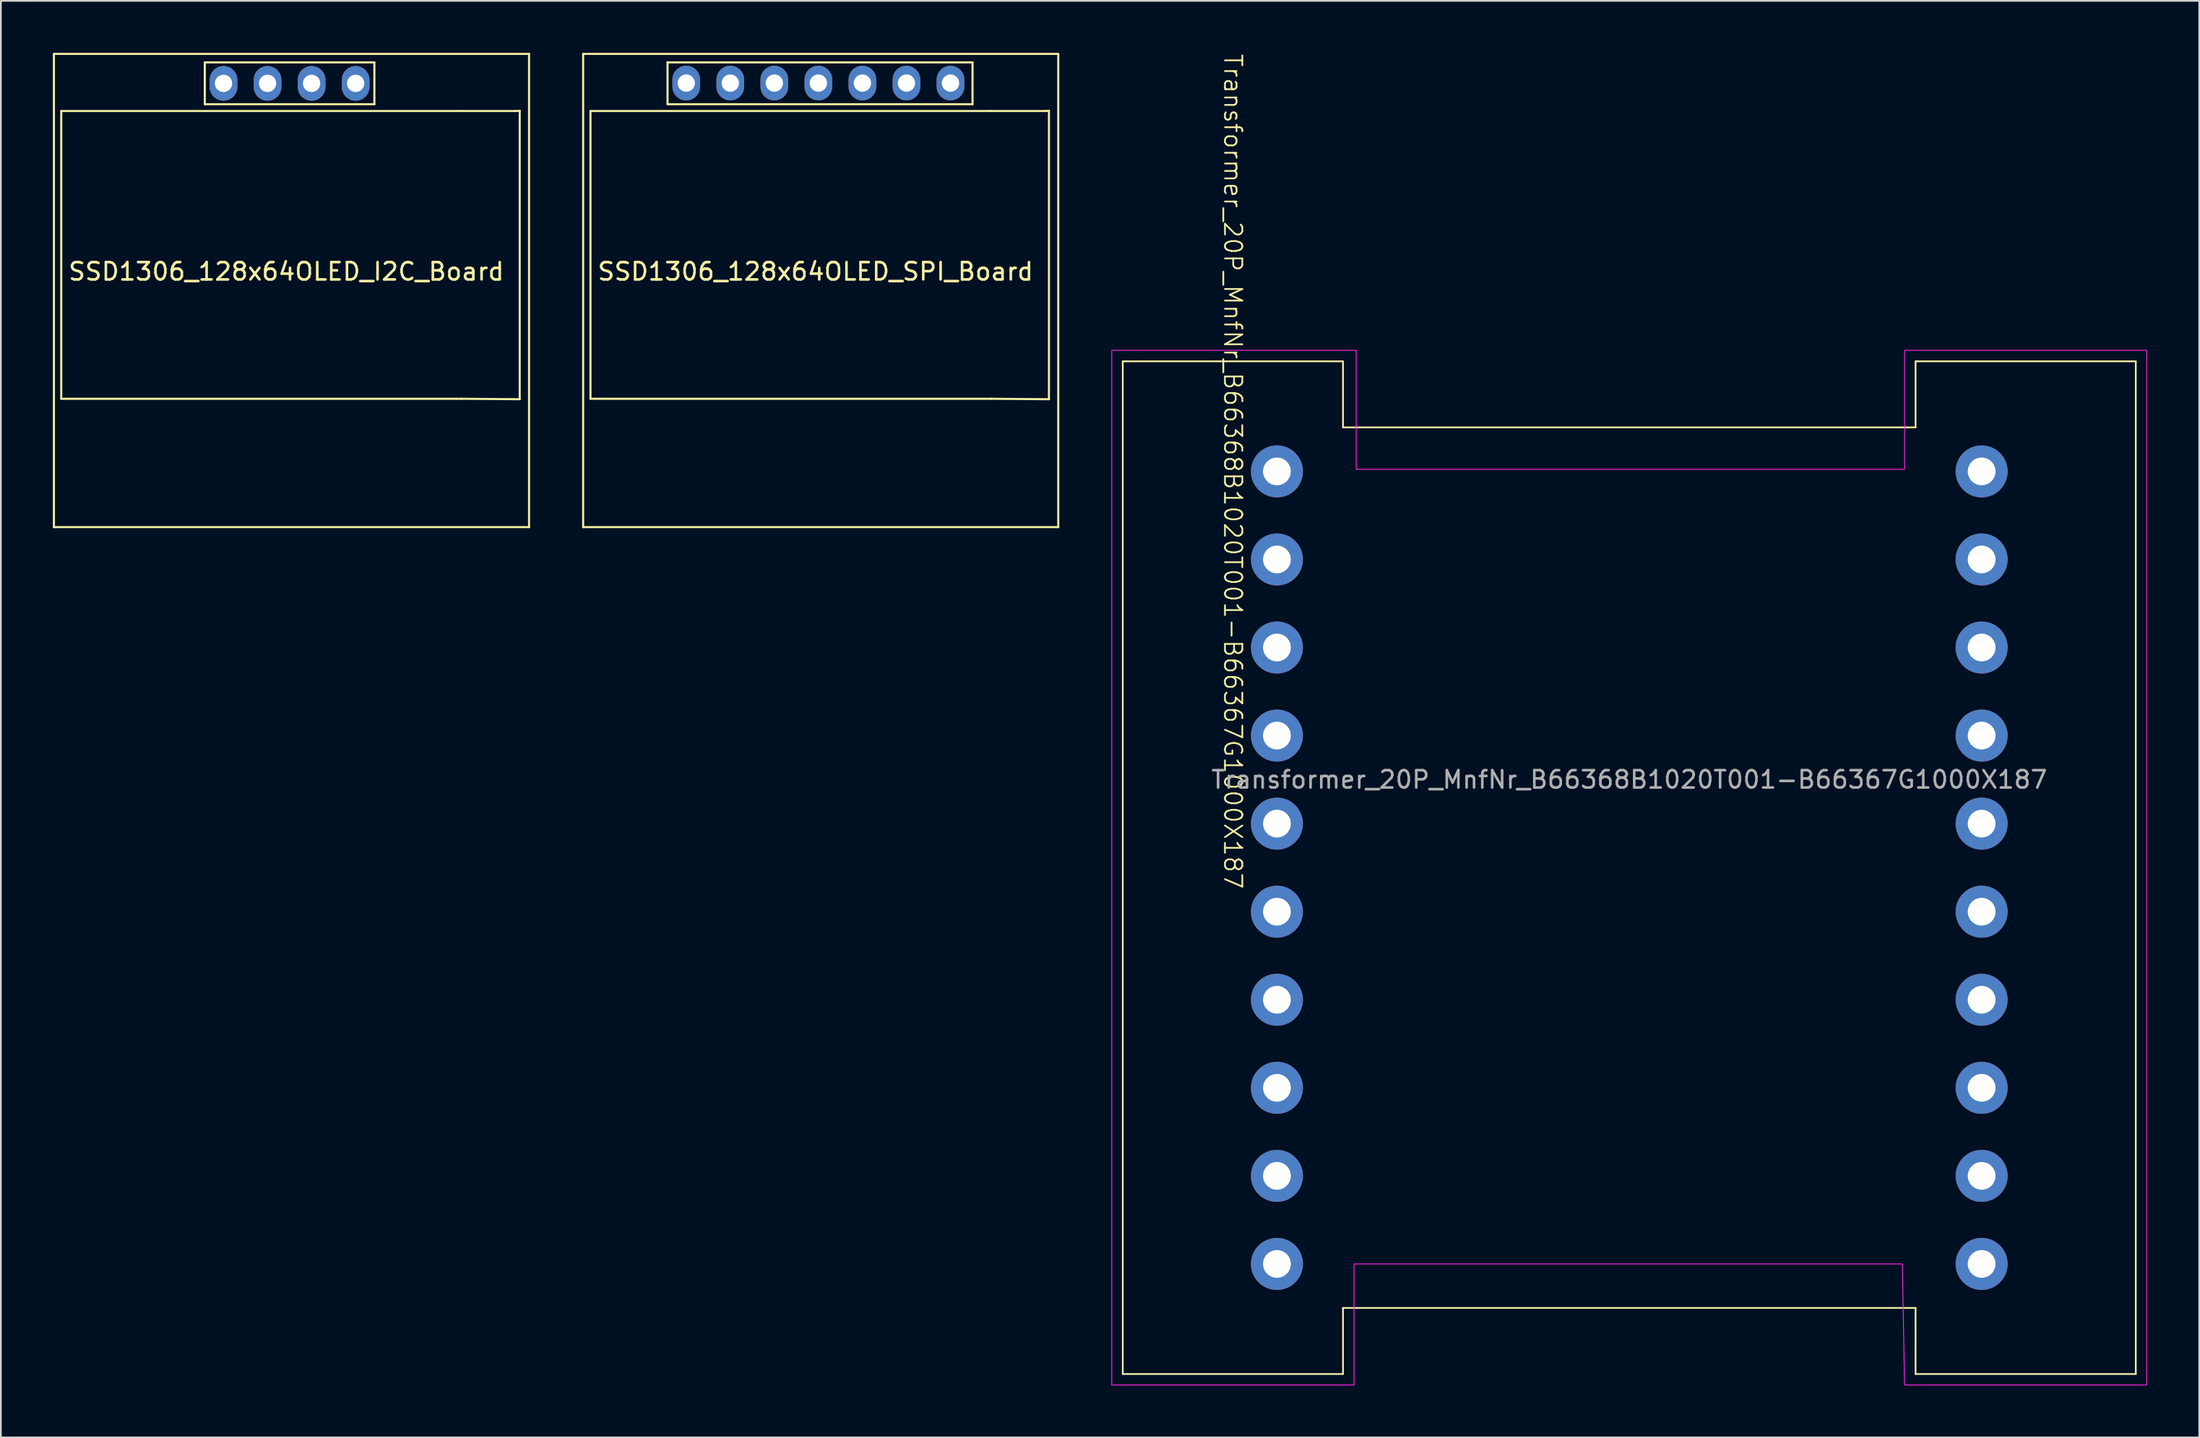
<source format=kicad_pcb>
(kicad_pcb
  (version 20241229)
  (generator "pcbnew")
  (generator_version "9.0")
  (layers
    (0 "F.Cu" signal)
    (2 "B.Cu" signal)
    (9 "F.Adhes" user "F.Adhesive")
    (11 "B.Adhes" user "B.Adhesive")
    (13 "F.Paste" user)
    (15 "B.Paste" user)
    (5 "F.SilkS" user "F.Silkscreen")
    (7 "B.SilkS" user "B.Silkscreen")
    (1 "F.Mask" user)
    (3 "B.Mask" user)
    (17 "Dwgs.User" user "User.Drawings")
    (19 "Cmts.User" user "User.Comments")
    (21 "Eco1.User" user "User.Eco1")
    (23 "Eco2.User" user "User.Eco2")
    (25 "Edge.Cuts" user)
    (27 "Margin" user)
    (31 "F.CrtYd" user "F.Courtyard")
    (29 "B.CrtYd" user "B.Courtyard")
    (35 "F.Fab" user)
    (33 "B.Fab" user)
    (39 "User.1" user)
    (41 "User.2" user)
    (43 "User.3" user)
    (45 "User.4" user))
  (footprint "SSD1306_128x64OLED_I2C_Board"
    (layer "F.Cu")
    (at 13.46 12.36)
    (property "Reference" "SSD1306_128x64OLED_I2C_Board" (at 0 0.254 0) (layer "F.SilkS") (effects (font (size 1 1) (thickness 0.15))))
    (attr through_hole)
    (fp_line (start -13.4 -12.3) (end 14 -12.3) (stroke (width 0.12) (type solid)) (layer "F.SilkS"))
    (fp_line (start -13.4 15) (end -13.4 -12.3) (stroke (width 0.12) (type solid)) (layer "F.SilkS"))
    (fp_line (start -12.978 -9.005) (end 10.122 -9.005) (stroke (width 0.12) (type solid)) (layer "F.SilkS"))
    (fp_line (start -12.978 7.595) (end -12.978 -9.005) (stroke (width 0.12) (type solid)) (layer "F.SilkS"))
    (fp_line (start -4.699 -11.811) (end -4.699 -9.398) (stroke (width 0.12) (type solid)) (layer "F.SilkS"))
    (fp_line (start -4.699 -11.811) (end 5.08 -11.811) (stroke (width 0.12) (type solid)) (layer "F.SilkS"))
    (fp_line (start 5.08 -11.811) (end 5.08 -9.398) (stroke (width 0.12) (type solid)) (layer "F.SilkS"))
    (fp_line (start 5.08 -9.398) (end -4.699 -9.398) (stroke (width 0.12) (type solid)) (layer "F.SilkS"))
    (fp_line (start 10.122 -9.005) (end 13.208 -9.005) (stroke (width 0.12) (type solid)) (layer "F.SilkS"))
    (fp_line (start 10.122 7.595) (end -12.978 7.595) (stroke (width 0.12) (type solid)) (layer "F.SilkS"))
    (fp_line (start 10.122 7.595) (end 13.462 7.62) (stroke (width 0.12) (type solid)) (layer "F.SilkS"))
    (fp_line (start 13.462 -9.017) (end 13.208 -9.005) (stroke (width 0.12) (type solid)) (layer "F.SilkS"))
    (fp_line (start 13.462 7.62) (end 13.462 -9.017) (stroke (width 0.12) (type solid)) (layer "F.SilkS"))
    (fp_line (start 14 -12.3) (end 14 15) (stroke (width 0.12) (type solid)) (layer "F.SilkS"))
    (fp_line (start 14 15) (end -13.4 15) (stroke (width 0.12) (type solid)) (layer "F.SilkS"))
    (pad "1" thru_hole oval (at -3.62 -10.6 90) (size 2 1.6) (drill 1) (layers "*.Cu" "*.Mask"))
    (pad "2" thru_hole oval (at -1.08 -10.6 90) (size 2 1.6) (drill 1) (layers "*.Cu" "*.Mask"))
    (pad "3" thru_hole oval (at 1.46 -10.6 90) (size 2 1.6) (drill 1) (layers "*.Cu" "*.Mask"))
    (pad "4" thru_hole oval (at 4 -10.6 90) (size 2 1.6) (drill 1) (layers "*.Cu" "*.Mask")))
  (footprint "Transformer_20P_MnfNr_B66368B1020T001-B66367G1000X187"
    (layer "F.Cu")
    (at 90.91 47.005)
    (property "Reference" "Transformer_20P_MnfNr_B66368B1020T001-B66367G1000X187" (at -22.86 -22.86 270) (unlocked yes) (layer "F.SilkS") (effects (font (size 1 1) (thickness 0.1))))
    (attr smd)
    (fp_line (start -29.21 -29.21) (end -16.51 -29.21) (stroke (width 0.1) (type default)) (layer "F.SilkS"))
    (fp_line (start -29.21 29.21) (end -29.21 -29.21) (stroke (width 0.1) (type default)) (layer "F.SilkS"))
    (fp_line (start -29.21 29.21) (end -16.51 29.21) (stroke (width 0.1) (type default)) (layer "F.SilkS"))
    (fp_line (start -16.51 -29.21) (end -16.51 -25.4) (stroke (width 0.1) (type default)) (layer "F.SilkS"))
    (fp_line (start -16.51 -25.4) (end 16.51 -25.4) (stroke (width 0.1) (type default)) (layer "F.SilkS"))
    (fp_line (start -16.51 25.4) (end 16.51 25.4) (stroke (width 0.1) (type default)) (layer "F.SilkS"))
    (fp_line (start -16.51 29.21) (end -16.51 25.4) (stroke (width 0.1) (type default)) (layer "F.SilkS"))
    (fp_line (start 16.51 -29.21) (end 29.21 -29.21) (stroke (width 0.1) (type default)) (layer "F.SilkS"))
    (fp_line (start 16.51 -25.4) (end 16.51 -29.21) (stroke (width 0.1) (type default)) (layer "F.SilkS"))
    (fp_line (start 16.51 25.4) (end 16.51 29.21) (stroke (width 0.1) (type default)) (layer "F.SilkS"))
    (fp_line (start 16.51 29.21) (end 29.21 29.21) (stroke (width 0.1) (type default)) (layer "F.SilkS"))
    (fp_line (start 29.21 29.21) (end 29.21 -29.21) (stroke (width 0.1) (type default)) (layer "F.SilkS"))
    (fp_poly (pts (xy -29.845 -29.845) (xy -15.748 -29.845) (xy -15.748 -22.987) (xy 15.875 -22.987) (xy 15.875 -29.845) (xy 29.845 -29.845) (xy 29.845 29.845) (xy 15.875 29.845) (xy 15.748 22.86) (xy -15.875 22.86) (xy -15.875 29.845) (xy -29.845 29.845)) (stroke (width 0.05) (type solid)) (fill no) (layer "F.CrtYd"))
    (fp_text user "${REFERENCE}" (at 0 -5.08 0) (unlocked yes) (layer "F.Fab") (effects (font (size 1 1) (thickness 0.15))))
    (pad "1" thru_hole circle (at -20.32 -22.86 90) (size 3 3) (drill 1.6) (layers "*.Cu" "*.Mask"))
    (pad "2" thru_hole circle (at -20.32 -17.78 90) (size 3 3) (drill 1.6) (layers "*.Cu" "*.Mask"))
    (pad "3" thru_hole circle (at -20.32 -12.7 90) (size 3 3) (drill 1.6) (layers "*.Cu" "*.Mask"))
    (pad "4" thru_hole circle (at -20.32 -7.62 90) (size 3 3) (drill 1.6) (layers "*.Cu" "*.Mask"))
    (pad "5" thru_hole circle (at -20.32 -2.54 90) (size 3 3) (drill 1.6) (layers "*.Cu" "*.Mask"))
    (pad "6" thru_hole circle (at -20.32 2.54 90) (size 3 3) (drill 1.6) (layers "*.Cu" "*.Mask"))
    (pad "7" thru_hole circle (at -20.32 7.62 90) (size 3 3) (drill 1.6) (layers "*.Cu" "*.Mask"))
    (pad "8" thru_hole circle (at -20.32 12.7 90) (size 3 3) (drill 1.6) (layers "*.Cu" "*.Mask"))
    (pad "9" thru_hole circle (at -20.32 17.78 90) (size 3 3) (drill 1.6) (layers "*.Cu" "*.Mask"))
    (pad "10" thru_hole circle (at -20.32 22.86 90) (size 3 3) (drill 1.6) (layers "*.Cu" "*.Mask"))
    (pad "11" thru_hole circle (at 20.32 22.86 90) (size 3 3) (drill 1.6) (layers "*.Cu" "*.Mask"))
    (pad "12" thru_hole circle (at 20.32 17.78 90) (size 3 3) (drill 1.6) (layers "*.Cu" "*.Mask"))
    (pad "13" thru_hole circle (at 20.32 12.7 90) (size 3 3) (drill 1.6) (layers "*.Cu" "*.Mask"))
    (pad "14" thru_hole circle (at 20.32 7.62 90) (size 3 3) (drill 1.6) (layers "*.Cu" "*.Mask"))
    (pad "15" thru_hole circle (at 20.32 2.54 90) (size 3 3) (drill 1.6) (layers "*.Cu" "*.Mask"))
    (pad "16" thru_hole circle (at 20.32 -2.54 90) (size 3 3) (drill 1.6) (layers "*.Cu" "*.Mask"))
    (pad "17" thru_hole circle (at 20.32 -7.62 90) (size 3 3) (drill 1.6) (layers "*.Cu" "*.Mask"))
    (pad "18" thru_hole circle (at 20.32 -12.7 90) (size 3 3) (drill 1.6) (layers "*.Cu" "*.Mask"))
    (pad "19" thru_hole circle (at 20.32 -17.78 90) (size 3 3) (drill 1.6) (layers "*.Cu" "*.Mask"))
    (pad "20" thru_hole circle (at 20.32 -22.86 90) (size 3 3) (drill 1.6) (layers "*.Cu" "*.Mask")))
  (footprint "SSD1306_128x64OLED_SPI_Board"
    (layer "F.Cu")
    (at 44.145 12.36)
    (property "Reference" "SSD1306_128x64OLED_SPI_Board" (at -0.165 0.254 0) (layer "F.SilkS") (effects (font (size 1 1) (thickness 0.15))))
    (attr through_hole)
    (fp_line (start -13.565 -12.3) (end 13.835 -12.3) (stroke (width 0.12) (type solid)) (layer "F.SilkS"))
    (fp_line (start -13.565 15) (end -13.565 -12.3) (stroke (width 0.12) (type solid)) (layer "F.SilkS"))
    (fp_line (start -13.143 -9.005) (end 9.957 -9.005) (stroke (width 0.12) (type solid)) (layer "F.SilkS"))
    (fp_line (start -13.143 7.595) (end -13.143 -9.005) (stroke (width 0.12) (type solid)) (layer "F.SilkS"))
    (fp_line (start -8.699 -11.828) (end -8.699 -9.415) (stroke (width 0.12) (type solid)) (layer "F.SilkS"))
    (fp_line (start -8.699 -11.811) (end 8.89 -11.811) (stroke (width 0.12) (type solid)) (layer "F.SilkS"))
    (fp_line (start 8.89 -11.811) (end 8.89 -9.398) (stroke (width 0.12) (type solid)) (layer "F.SilkS"))
    (fp_line (start 8.89 -9.398) (end -8.699 -9.398) (stroke (width 0.12) (type solid)) (layer "F.SilkS"))
    (fp_line (start 9.957 -9.005) (end 13.043 -9.005) (stroke (width 0.12) (type solid)) (layer "F.SilkS"))
    (fp_line (start 9.957 7.595) (end -13.143 7.595) (stroke (width 0.12) (type solid)) (layer "F.SilkS"))
    (fp_line (start 9.957 7.595) (end 13.297 7.62) (stroke (width 0.12) (type solid)) (layer "F.SilkS"))
    (fp_line (start 13.297 -9.017) (end 13.043 -9.005) (stroke (width 0.12) (type solid)) (layer "F.SilkS"))
    (fp_line (start 13.297 7.62) (end 13.297 -9.017) (stroke (width 0.12) (type solid)) (layer "F.SilkS"))
    (fp_line (start 13.835 -12.3) (end 13.835 15) (stroke (width 0.12) (type solid)) (layer "F.SilkS"))
    (fp_line (start 13.835 15) (end -13.565 15) (stroke (width 0.12) (type solid)) (layer "F.SilkS"))
    (pad "1" thru_hole oval (at -7.62 -10.617 90) (size 2 1.6) (drill 1) (layers "*.Cu" "*.Mask"))
    (pad "2" thru_hole oval (at -5.08 -10.617 90) (size 2 1.6) (drill 1) (layers "*.Cu" "*.Mask"))
    (pad "3" thru_hole oval (at -2.54 -10.617 90) (size 2 1.6) (drill 1) (layers "*.Cu" "*.Mask"))
    (pad "4" thru_hole oval (at 0 -10.617 90) (size 2 1.6) (drill 1) (layers "*.Cu" "*.Mask"))
    (pad "5" thru_hole oval (at 2.54 -10.617 90) (size 2 1.6) (drill 1) (layers "*.Cu" "*.Mask"))
    (pad "6" thru_hole oval (at 5.08 -10.617 90) (size 2 1.6) (drill 1) (layers "*.Cu" "*.Mask"))
    (pad "7" thru_hole oval (at 7.62 -10.617 90) (size 2 1.6) (drill 1) (layers "*.Cu" "*.Mask")))
  (gr_rect
    (start -3 -3)
    (end 123.78 79.875)
    (stroke (width 0.1) (type default))
    (fill no)
    (layer "Edge.Cuts")))
</source>
